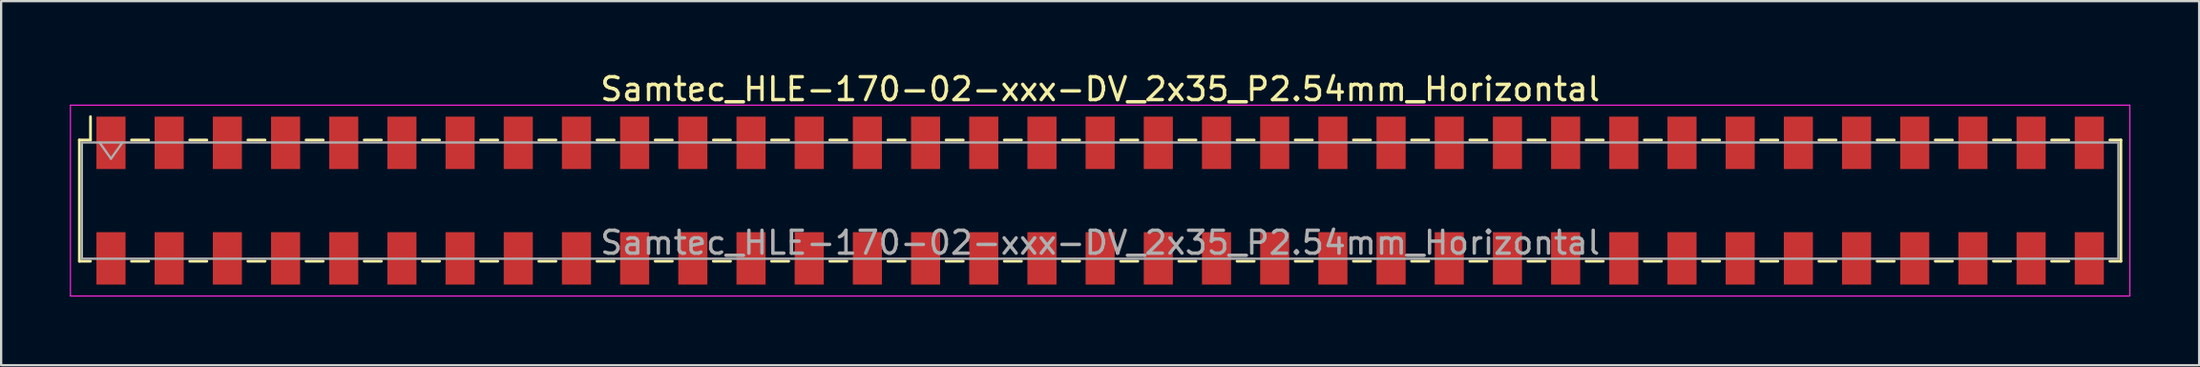
<source format=kicad_pcb>
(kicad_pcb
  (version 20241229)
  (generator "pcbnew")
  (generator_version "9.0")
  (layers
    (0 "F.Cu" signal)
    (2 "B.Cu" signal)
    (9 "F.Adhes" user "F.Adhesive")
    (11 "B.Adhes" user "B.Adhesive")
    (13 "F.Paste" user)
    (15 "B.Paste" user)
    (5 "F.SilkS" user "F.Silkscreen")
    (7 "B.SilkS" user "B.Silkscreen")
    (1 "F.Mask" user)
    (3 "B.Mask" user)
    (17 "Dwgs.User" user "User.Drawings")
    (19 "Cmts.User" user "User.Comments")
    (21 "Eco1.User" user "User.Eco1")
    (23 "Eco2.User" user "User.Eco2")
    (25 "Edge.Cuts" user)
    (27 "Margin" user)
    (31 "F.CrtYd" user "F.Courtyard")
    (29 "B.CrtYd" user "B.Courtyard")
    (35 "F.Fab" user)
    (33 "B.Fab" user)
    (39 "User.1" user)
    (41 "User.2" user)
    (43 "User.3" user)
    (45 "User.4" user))
  (footprint "Samtec_HLE-170-02-xxx-DV_2x35_P2.54mm_Horizontal"
    (layer "F.Cu")
    (at 44.975 5.718)
    (property "Reference" "Samtec_HLE-170-02-xxx-DV_2x35_P2.54mm_Horizontal" (at 0 -4.87 0) (layer "F.SilkS") (effects (font (size 1 1) (thickness 0.15))))
    (attr smd)
    (fp_line (start -44.56 -2.65) (end -44.56 2.65) (stroke (width 0.12) (type solid)) (layer "F.SilkS"))
    (fp_line (start -44.56 2.65) (end -44.075 2.65) (stroke (width 0.12) (type solid)) (layer "F.SilkS"))
    (fp_line (start -44.075 -3.67) (end -44.075 -2.65) (stroke (width 0.12) (type solid)) (layer "F.SilkS"))
    (fp_line (start -44.075 -2.65) (end -44.56 -2.65) (stroke (width 0.12) (type solid)) (layer "F.SilkS"))
    (fp_line (start -42.285 -2.65) (end -41.535 -2.65) (stroke (width 0.12) (type solid)) (layer "F.SilkS"))
    (fp_line (start -42.285 2.65) (end -41.535 2.65) (stroke (width 0.12) (type solid)) (layer "F.SilkS"))
    (fp_line (start -39.745 -2.65) (end -38.995 -2.65) (stroke (width 0.12) (type solid)) (layer "F.SilkS"))
    (fp_line (start -39.745 2.65) (end -38.995 2.65) (stroke (width 0.12) (type solid)) (layer "F.SilkS"))
    (fp_line (start -37.205 -2.65) (end -36.455 -2.65) (stroke (width 0.12) (type solid)) (layer "F.SilkS"))
    (fp_line (start -37.205 2.65) (end -36.455 2.65) (stroke (width 0.12) (type solid)) (layer "F.SilkS"))
    (fp_line (start -34.665 -2.65) (end -33.915 -2.65) (stroke (width 0.12) (type solid)) (layer "F.SilkS"))
    (fp_line (start -34.665 2.65) (end -33.915 2.65) (stroke (width 0.12) (type solid)) (layer "F.SilkS"))
    (fp_line (start -32.125 -2.65) (end -31.375 -2.65) (stroke (width 0.12) (type solid)) (layer "F.SilkS"))
    (fp_line (start -32.125 2.65) (end -31.375 2.65) (stroke (width 0.12) (type solid)) (layer "F.SilkS"))
    (fp_line (start -29.585 -2.65) (end -28.835 -2.65) (stroke (width 0.12) (type solid)) (layer "F.SilkS"))
    (fp_line (start -29.585 2.65) (end -28.835 2.65) (stroke (width 0.12) (type solid)) (layer "F.SilkS"))
    (fp_line (start -27.045 -2.65) (end -26.295 -2.65) (stroke (width 0.12) (type solid)) (layer "F.SilkS"))
    (fp_line (start -27.045 2.65) (end -26.295 2.65) (stroke (width 0.12) (type solid)) (layer "F.SilkS"))
    (fp_line (start -24.505 -2.65) (end -23.755 -2.65) (stroke (width 0.12) (type solid)) (layer "F.SilkS"))
    (fp_line (start -24.505 2.65) (end -23.755 2.65) (stroke (width 0.12) (type solid)) (layer "F.SilkS"))
    (fp_line (start -21.965 -2.65) (end -21.215 -2.65) (stroke (width 0.12) (type solid)) (layer "F.SilkS"))
    (fp_line (start -21.965 2.65) (end -21.215 2.65) (stroke (width 0.12) (type solid)) (layer "F.SilkS"))
    (fp_line (start -19.425 -2.65) (end -18.675 -2.65) (stroke (width 0.12) (type solid)) (layer "F.SilkS"))
    (fp_line (start -19.425 2.65) (end -18.675 2.65) (stroke (width 0.12) (type solid)) (layer "F.SilkS"))
    (fp_line (start -16.885 -2.65) (end -16.135 -2.65) (stroke (width 0.12) (type solid)) (layer "F.SilkS"))
    (fp_line (start -16.885 2.65) (end -16.135 2.65) (stroke (width 0.12) (type solid)) (layer "F.SilkS"))
    (fp_line (start -14.345 -2.65) (end -13.595 -2.65) (stroke (width 0.12) (type solid)) (layer "F.SilkS"))
    (fp_line (start -14.345 2.65) (end -13.595 2.65) (stroke (width 0.12) (type solid)) (layer "F.SilkS"))
    (fp_line (start -11.805 -2.65) (end -11.055 -2.65) (stroke (width 0.12) (type solid)) (layer "F.SilkS"))
    (fp_line (start -11.805 2.65) (end -11.055 2.65) (stroke (width 0.12) (type solid)) (layer "F.SilkS"))
    (fp_line (start -9.265 -2.65) (end -8.515 -2.65) (stroke (width 0.12) (type solid)) (layer "F.SilkS"))
    (fp_line (start -9.265 2.65) (end -8.515 2.65) (stroke (width 0.12) (type solid)) (layer "F.SilkS"))
    (fp_line (start -6.725 -2.65) (end -5.975 -2.65) (stroke (width 0.12) (type solid)) (layer "F.SilkS"))
    (fp_line (start -6.725 2.65) (end -5.975 2.65) (stroke (width 0.12) (type solid)) (layer "F.SilkS"))
    (fp_line (start -4.185 -2.65) (end -3.435 -2.65) (stroke (width 0.12) (type solid)) (layer "F.SilkS"))
    (fp_line (start -4.185 2.65) (end -3.435 2.65) (stroke (width 0.12) (type solid)) (layer "F.SilkS"))
    (fp_line (start -1.645 -2.65) (end -0.895 -2.65) (stroke (width 0.12) (type solid)) (layer "F.SilkS"))
    (fp_line (start -1.645 2.65) (end -0.895 2.65) (stroke (width 0.12) (type solid)) (layer "F.SilkS"))
    (fp_line (start 0.895 -2.65) (end 1.645 -2.65) (stroke (width 0.12) (type solid)) (layer "F.SilkS"))
    (fp_line (start 0.895 2.65) (end 1.645 2.65) (stroke (width 0.12) (type solid)) (layer "F.SilkS"))
    (fp_line (start 3.435 -2.65) (end 4.185 -2.65) (stroke (width 0.12) (type solid)) (layer "F.SilkS"))
    (fp_line (start 3.435 2.65) (end 4.185 2.65) (stroke (width 0.12) (type solid)) (layer "F.SilkS"))
    (fp_line (start 5.975 -2.65) (end 6.725 -2.65) (stroke (width 0.12) (type solid)) (layer "F.SilkS"))
    (fp_line (start 5.975 2.65) (end 6.725 2.65) (stroke (width 0.12) (type solid)) (layer "F.SilkS"))
    (fp_line (start 8.515 -2.65) (end 9.265 -2.65) (stroke (width 0.12) (type solid)) (layer "F.SilkS"))
    (fp_line (start 8.515 2.65) (end 9.265 2.65) (stroke (width 0.12) (type solid)) (layer "F.SilkS"))
    (fp_line (start 11.055 -2.65) (end 11.805 -2.65) (stroke (width 0.12) (type solid)) (layer "F.SilkS"))
    (fp_line (start 11.055 2.65) (end 11.805 2.65) (stroke (width 0.12) (type solid)) (layer "F.SilkS"))
    (fp_line (start 13.595 -2.65) (end 14.345 -2.65) (stroke (width 0.12) (type solid)) (layer "F.SilkS"))
    (fp_line (start 13.595 2.65) (end 14.345 2.65) (stroke (width 0.12) (type solid)) (layer "F.SilkS"))
    (fp_line (start 16.135 -2.65) (end 16.885 -2.65) (stroke (width 0.12) (type solid)) (layer "F.SilkS"))
    (fp_line (start 16.135 2.65) (end 16.885 2.65) (stroke (width 0.12) (type solid)) (layer "F.SilkS"))
    (fp_line (start 18.675 -2.65) (end 19.425 -2.65) (stroke (width 0.12) (type solid)) (layer "F.SilkS"))
    (fp_line (start 18.675 2.65) (end 19.425 2.65) (stroke (width 0.12) (type solid)) (layer "F.SilkS"))
    (fp_line (start 21.215 -2.65) (end 21.965 -2.65) (stroke (width 0.12) (type solid)) (layer "F.SilkS"))
    (fp_line (start 21.215 2.65) (end 21.965 2.65) (stroke (width 0.12) (type solid)) (layer "F.SilkS"))
    (fp_line (start 23.755 -2.65) (end 24.505 -2.65) (stroke (width 0.12) (type solid)) (layer "F.SilkS"))
    (fp_line (start 23.755 2.65) (end 24.505 2.65) (stroke (width 0.12) (type solid)) (layer "F.SilkS"))
    (fp_line (start 26.295 -2.65) (end 27.045 -2.65) (stroke (width 0.12) (type solid)) (layer "F.SilkS"))
    (fp_line (start 26.295 2.65) (end 27.045 2.65) (stroke (width 0.12) (type solid)) (layer "F.SilkS"))
    (fp_line (start 28.835 -2.65) (end 29.585 -2.65) (stroke (width 0.12) (type solid)) (layer "F.SilkS"))
    (fp_line (start 28.835 2.65) (end 29.585 2.65) (stroke (width 0.12) (type solid)) (layer "F.SilkS"))
    (fp_line (start 31.375 -2.65) (end 32.125 -2.65) (stroke (width 0.12) (type solid)) (layer "F.SilkS"))
    (fp_line (start 31.375 2.65) (end 32.125 2.65) (stroke (width 0.12) (type solid)) (layer "F.SilkS"))
    (fp_line (start 33.915 -2.65) (end 34.665 -2.65) (stroke (width 0.12) (type solid)) (layer "F.SilkS"))
    (fp_line (start 33.915 2.65) (end 34.665 2.65) (stroke (width 0.12) (type solid)) (layer "F.SilkS"))
    (fp_line (start 36.455 -2.65) (end 37.205 -2.65) (stroke (width 0.12) (type solid)) (layer "F.SilkS"))
    (fp_line (start 36.455 2.65) (end 37.205 2.65) (stroke (width 0.12) (type solid)) (layer "F.SilkS"))
    (fp_line (start 38.995 -2.65) (end 39.745 -2.65) (stroke (width 0.12) (type solid)) (layer "F.SilkS"))
    (fp_line (start 38.995 2.65) (end 39.745 2.65) (stroke (width 0.12) (type solid)) (layer "F.SilkS"))
    (fp_line (start 41.535 -2.65) (end 42.285 -2.65) (stroke (width 0.12) (type solid)) (layer "F.SilkS"))
    (fp_line (start 41.535 2.65) (end 42.285 2.65) (stroke (width 0.12) (type solid)) (layer "F.SilkS"))
    (fp_line (start 44.075 -2.65) (end 44.56 -2.65) (stroke (width 0.12) (type solid)) (layer "F.SilkS"))
    (fp_line (start 44.56 -2.65) (end 44.56 2.65) (stroke (width 0.12) (type solid)) (layer "F.SilkS"))
    (fp_line (start 44.56 2.65) (end 44.075 2.65) (stroke (width 0.12) (type solid)) (layer "F.SilkS"))
    (fp_line (start -44.95 -4.17) (end 44.95 -4.17) (stroke (width 0.05) (type solid)) (layer "F.CrtYd"))
    (fp_line (start -44.95 4.17) (end -44.95 -4.17) (stroke (width 0.05) (type solid)) (layer "F.CrtYd"))
    (fp_line (start 44.95 -4.17) (end 44.95 4.17) (stroke (width 0.05) (type solid)) (layer "F.CrtYd"))
    (fp_line (start 44.95 4.17) (end -44.95 4.17) (stroke (width 0.05) (type solid)) (layer "F.CrtYd"))
    (fp_line (start -44.45 -2.54) (end 44.45 -2.54) (stroke (width 0.1) (type solid)) (layer "F.Fab"))
    (fp_line (start -44.45 2.54) (end -44.45 -2.54) (stroke (width 0.1) (type solid)) (layer "F.Fab"))
    (fp_line (start -43.68 -2.54) (end -43.18 -1.833) (stroke (width 0.1) (type solid)) (layer "F.Fab"))
    (fp_line (start -43.18 -1.833) (end -42.68 -2.54) (stroke (width 0.1) (type solid)) (layer "F.Fab"))
    (fp_line (start 44.45 -2.54) (end 44.45 2.54) (stroke (width 0.1) (type solid)) (layer "F.Fab"))
    (fp_line (start 44.45 2.54) (end -44.45 2.54) (stroke (width 0.1) (type solid)) (layer "F.Fab"))
    (fp_text user "${REFERENCE}" (at 0 1.84 0) (layer "F.Fab") (effects (font (size 1 1) (thickness 0.15))))
    (pad "1" smd rect (at -43.18 -2.525) (size 1.27 2.29) (layers "F.Cu" "F.Mask" "F.Paste"))
    (pad "2" smd rect (at -43.18 2.525) (size 1.27 2.29) (layers "F.Cu" "F.Mask" "F.Paste"))
    (pad "3" smd rect (at -40.64 -2.525) (size 1.27 2.29) (layers "F.Cu" "F.Mask" "F.Paste"))
    (pad "4" smd rect (at -40.64 2.525) (size 1.27 2.29) (layers "F.Cu" "F.Mask" "F.Paste"))
    (pad "5" smd rect (at -38.1 -2.525) (size 1.27 2.29) (layers "F.Cu" "F.Mask" "F.Paste"))
    (pad "6" smd rect (at -38.1 2.525) (size 1.27 2.29) (layers "F.Cu" "F.Mask" "F.Paste"))
    (pad "7" smd rect (at -35.56 -2.525) (size 1.27 2.29) (layers "F.Cu" "F.Mask" "F.Paste"))
    (pad "8" smd rect (at -35.56 2.525) (size 1.27 2.29) (layers "F.Cu" "F.Mask" "F.Paste"))
    (pad "9" smd rect (at -33.02 -2.525) (size 1.27 2.29) (layers "F.Cu" "F.Mask" "F.Paste"))
    (pad "10" smd rect (at -33.02 2.525) (size 1.27 2.29) (layers "F.Cu" "F.Mask" "F.Paste"))
    (pad "11" smd rect (at -30.48 -2.525) (size 1.27 2.29) (layers "F.Cu" "F.Mask" "F.Paste"))
    (pad "12" smd rect (at -30.48 2.525) (size 1.27 2.29) (layers "F.Cu" "F.Mask" "F.Paste"))
    (pad "13" smd rect (at -27.94 -2.525) (size 1.27 2.29) (layers "F.Cu" "F.Mask" "F.Paste"))
    (pad "14" smd rect (at -27.94 2.525) (size 1.27 2.29) (layers "F.Cu" "F.Mask" "F.Paste"))
    (pad "15" smd rect (at -25.4 -2.525) (size 1.27 2.29) (layers "F.Cu" "F.Mask" "F.Paste"))
    (pad "16" smd rect (at -25.4 2.525) (size 1.27 2.29) (layers "F.Cu" "F.Mask" "F.Paste"))
    (pad "17" smd rect (at -22.86 -2.525) (size 1.27 2.29) (layers "F.Cu" "F.Mask" "F.Paste"))
    (pad "18" smd rect (at -22.86 2.525) (size 1.27 2.29) (layers "F.Cu" "F.Mask" "F.Paste"))
    (pad "19" smd rect (at -20.32 -2.525) (size 1.27 2.29) (layers "F.Cu" "F.Mask" "F.Paste"))
    (pad "20" smd rect (at -20.32 2.525) (size 1.27 2.29) (layers "F.Cu" "F.Mask" "F.Paste"))
    (pad "21" smd rect (at -17.78 -2.525) (size 1.27 2.29) (layers "F.Cu" "F.Mask" "F.Paste"))
    (pad "22" smd rect (at -17.78 2.525) (size 1.27 2.29) (layers "F.Cu" "F.Mask" "F.Paste"))
    (pad "23" smd rect (at -15.24 -2.525) (size 1.27 2.29) (layers "F.Cu" "F.Mask" "F.Paste"))
    (pad "24" smd rect (at -15.24 2.525) (size 1.27 2.29) (layers "F.Cu" "F.Mask" "F.Paste"))
    (pad "25" smd rect (at -12.7 -2.525) (size 1.27 2.29) (layers "F.Cu" "F.Mask" "F.Paste"))
    (pad "26" smd rect (at -12.7 2.525) (size 1.27 2.29) (layers "F.Cu" "F.Mask" "F.Paste"))
    (pad "27" smd rect (at -10.16 -2.525) (size 1.27 2.29) (layers "F.Cu" "F.Mask" "F.Paste"))
    (pad "28" smd rect (at -10.16 2.525) (size 1.27 2.29) (layers "F.Cu" "F.Mask" "F.Paste"))
    (pad "29" smd rect (at -7.62 -2.525) (size 1.27 2.29) (layers "F.Cu" "F.Mask" "F.Paste"))
    (pad "30" smd rect (at -7.62 2.525) (size 1.27 2.29) (layers "F.Cu" "F.Mask" "F.Paste"))
    (pad "31" smd rect (at -5.08 -2.525) (size 1.27 2.29) (layers "F.Cu" "F.Mask" "F.Paste"))
    (pad "32" smd rect (at -5.08 2.525) (size 1.27 2.29) (layers "F.Cu" "F.Mask" "F.Paste"))
    (pad "33" smd rect (at -2.54 -2.525) (size 1.27 2.29) (layers "F.Cu" "F.Mask" "F.Paste"))
    (pad "34" smd rect (at -2.54 2.525) (size 1.27 2.29) (layers "F.Cu" "F.Mask" "F.Paste"))
    (pad "35" smd rect (at 0 -2.525) (size 1.27 2.29) (layers "F.Cu" "F.Mask" "F.Paste"))
    (pad "36" smd rect (at 0 2.525) (size 1.27 2.29) (layers "F.Cu" "F.Mask" "F.Paste"))
    (pad "37" smd rect (at 2.54 -2.525) (size 1.27 2.29) (layers "F.Cu" "F.Mask" "F.Paste"))
    (pad "38" smd rect (at 2.54 2.525) (size 1.27 2.29) (layers "F.Cu" "F.Mask" "F.Paste"))
    (pad "39" smd rect (at 5.08 -2.525) (size 1.27 2.29) (layers "F.Cu" "F.Mask" "F.Paste"))
    (pad "40" smd rect (at 5.08 2.525) (size 1.27 2.29) (layers "F.Cu" "F.Mask" "F.Paste"))
    (pad "41" smd rect (at 7.62 -2.525) (size 1.27 2.29) (layers "F.Cu" "F.Mask" "F.Paste"))
    (pad "42" smd rect (at 7.62 2.525) (size 1.27 2.29) (layers "F.Cu" "F.Mask" "F.Paste"))
    (pad "43" smd rect (at 10.16 -2.525) (size 1.27 2.29) (layers "F.Cu" "F.Mask" "F.Paste"))
    (pad "44" smd rect (at 10.16 2.525) (size 1.27 2.29) (layers "F.Cu" "F.Mask" "F.Paste"))
    (pad "45" smd rect (at 12.7 -2.525) (size 1.27 2.29) (layers "F.Cu" "F.Mask" "F.Paste"))
    (pad "46" smd rect (at 12.7 2.525) (size 1.27 2.29) (layers "F.Cu" "F.Mask" "F.Paste"))
    (pad "47" smd rect (at 15.24 -2.525) (size 1.27 2.29) (layers "F.Cu" "F.Mask" "F.Paste"))
    (pad "48" smd rect (at 15.24 2.525) (size 1.27 2.29) (layers "F.Cu" "F.Mask" "F.Paste"))
    (pad "49" smd rect (at 17.78 -2.525) (size 1.27 2.29) (layers "F.Cu" "F.Mask" "F.Paste"))
    (pad "50" smd rect (at 17.78 2.525) (size 1.27 2.29) (layers "F.Cu" "F.Mask" "F.Paste"))
    (pad "51" smd rect (at 20.32 -2.525) (size 1.27 2.29) (layers "F.Cu" "F.Mask" "F.Paste"))
    (pad "52" smd rect (at 20.32 2.525) (size 1.27 2.29) (layers "F.Cu" "F.Mask" "F.Paste"))
    (pad "53" smd rect (at 22.86 -2.525) (size 1.27 2.29) (layers "F.Cu" "F.Mask" "F.Paste"))
    (pad "54" smd rect (at 22.86 2.525) (size 1.27 2.29) (layers "F.Cu" "F.Mask" "F.Paste"))
    (pad "55" smd rect (at 25.4 -2.525) (size 1.27 2.29) (layers "F.Cu" "F.Mask" "F.Paste"))
    (pad "56" smd rect (at 25.4 2.525) (size 1.27 2.29) (layers "F.Cu" "F.Mask" "F.Paste"))
    (pad "57" smd rect (at 27.94 -2.525) (size 1.27 2.29) (layers "F.Cu" "F.Mask" "F.Paste"))
    (pad "58" smd rect (at 27.94 2.525) (size 1.27 2.29) (layers "F.Cu" "F.Mask" "F.Paste"))
    (pad "59" smd rect (at 30.48 -2.525) (size 1.27 2.29) (layers "F.Cu" "F.Mask" "F.Paste"))
    (pad "60" smd rect (at 30.48 2.525) (size 1.27 2.29) (layers "F.Cu" "F.Mask" "F.Paste"))
    (pad "61" smd rect (at 33.02 -2.525) (size 1.27 2.29) (layers "F.Cu" "F.Mask" "F.Paste"))
    (pad "62" smd rect (at 33.02 2.525) (size 1.27 2.29) (layers "F.Cu" "F.Mask" "F.Paste"))
    (pad "63" smd rect (at 35.56 -2.525) (size 1.27 2.29) (layers "F.Cu" "F.Mask" "F.Paste"))
    (pad "64" smd rect (at 35.56 2.525) (size 1.27 2.29) (layers "F.Cu" "F.Mask" "F.Paste"))
    (pad "65" smd rect (at 38.1 -2.525) (size 1.27 2.29) (layers "F.Cu" "F.Mask" "F.Paste"))
    (pad "66" smd rect (at 38.1 2.525) (size 1.27 2.29) (layers "F.Cu" "F.Mask" "F.Paste"))
    (pad "67" smd rect (at 40.64 -2.525) (size 1.27 2.29) (layers "F.Cu" "F.Mask" "F.Paste"))
    (pad "68" smd rect (at 40.64 2.525) (size 1.27 2.29) (layers "F.Cu" "F.Mask" "F.Paste"))
    (pad "69" smd rect (at 43.18 -2.525) (size 1.27 2.29) (layers "F.Cu" "F.Mask" "F.Paste"))
    (pad "70" smd rect (at 43.18 2.525) (size 1.27 2.29) (layers "F.Cu" "F.Mask" "F.Paste")))
  (gr_rect
    (start -3 -3)
    (end 92.95 12.913)
    (stroke (width 0.1) (type default))
    (fill no)
    (layer "Edge.Cuts")))
</source>
